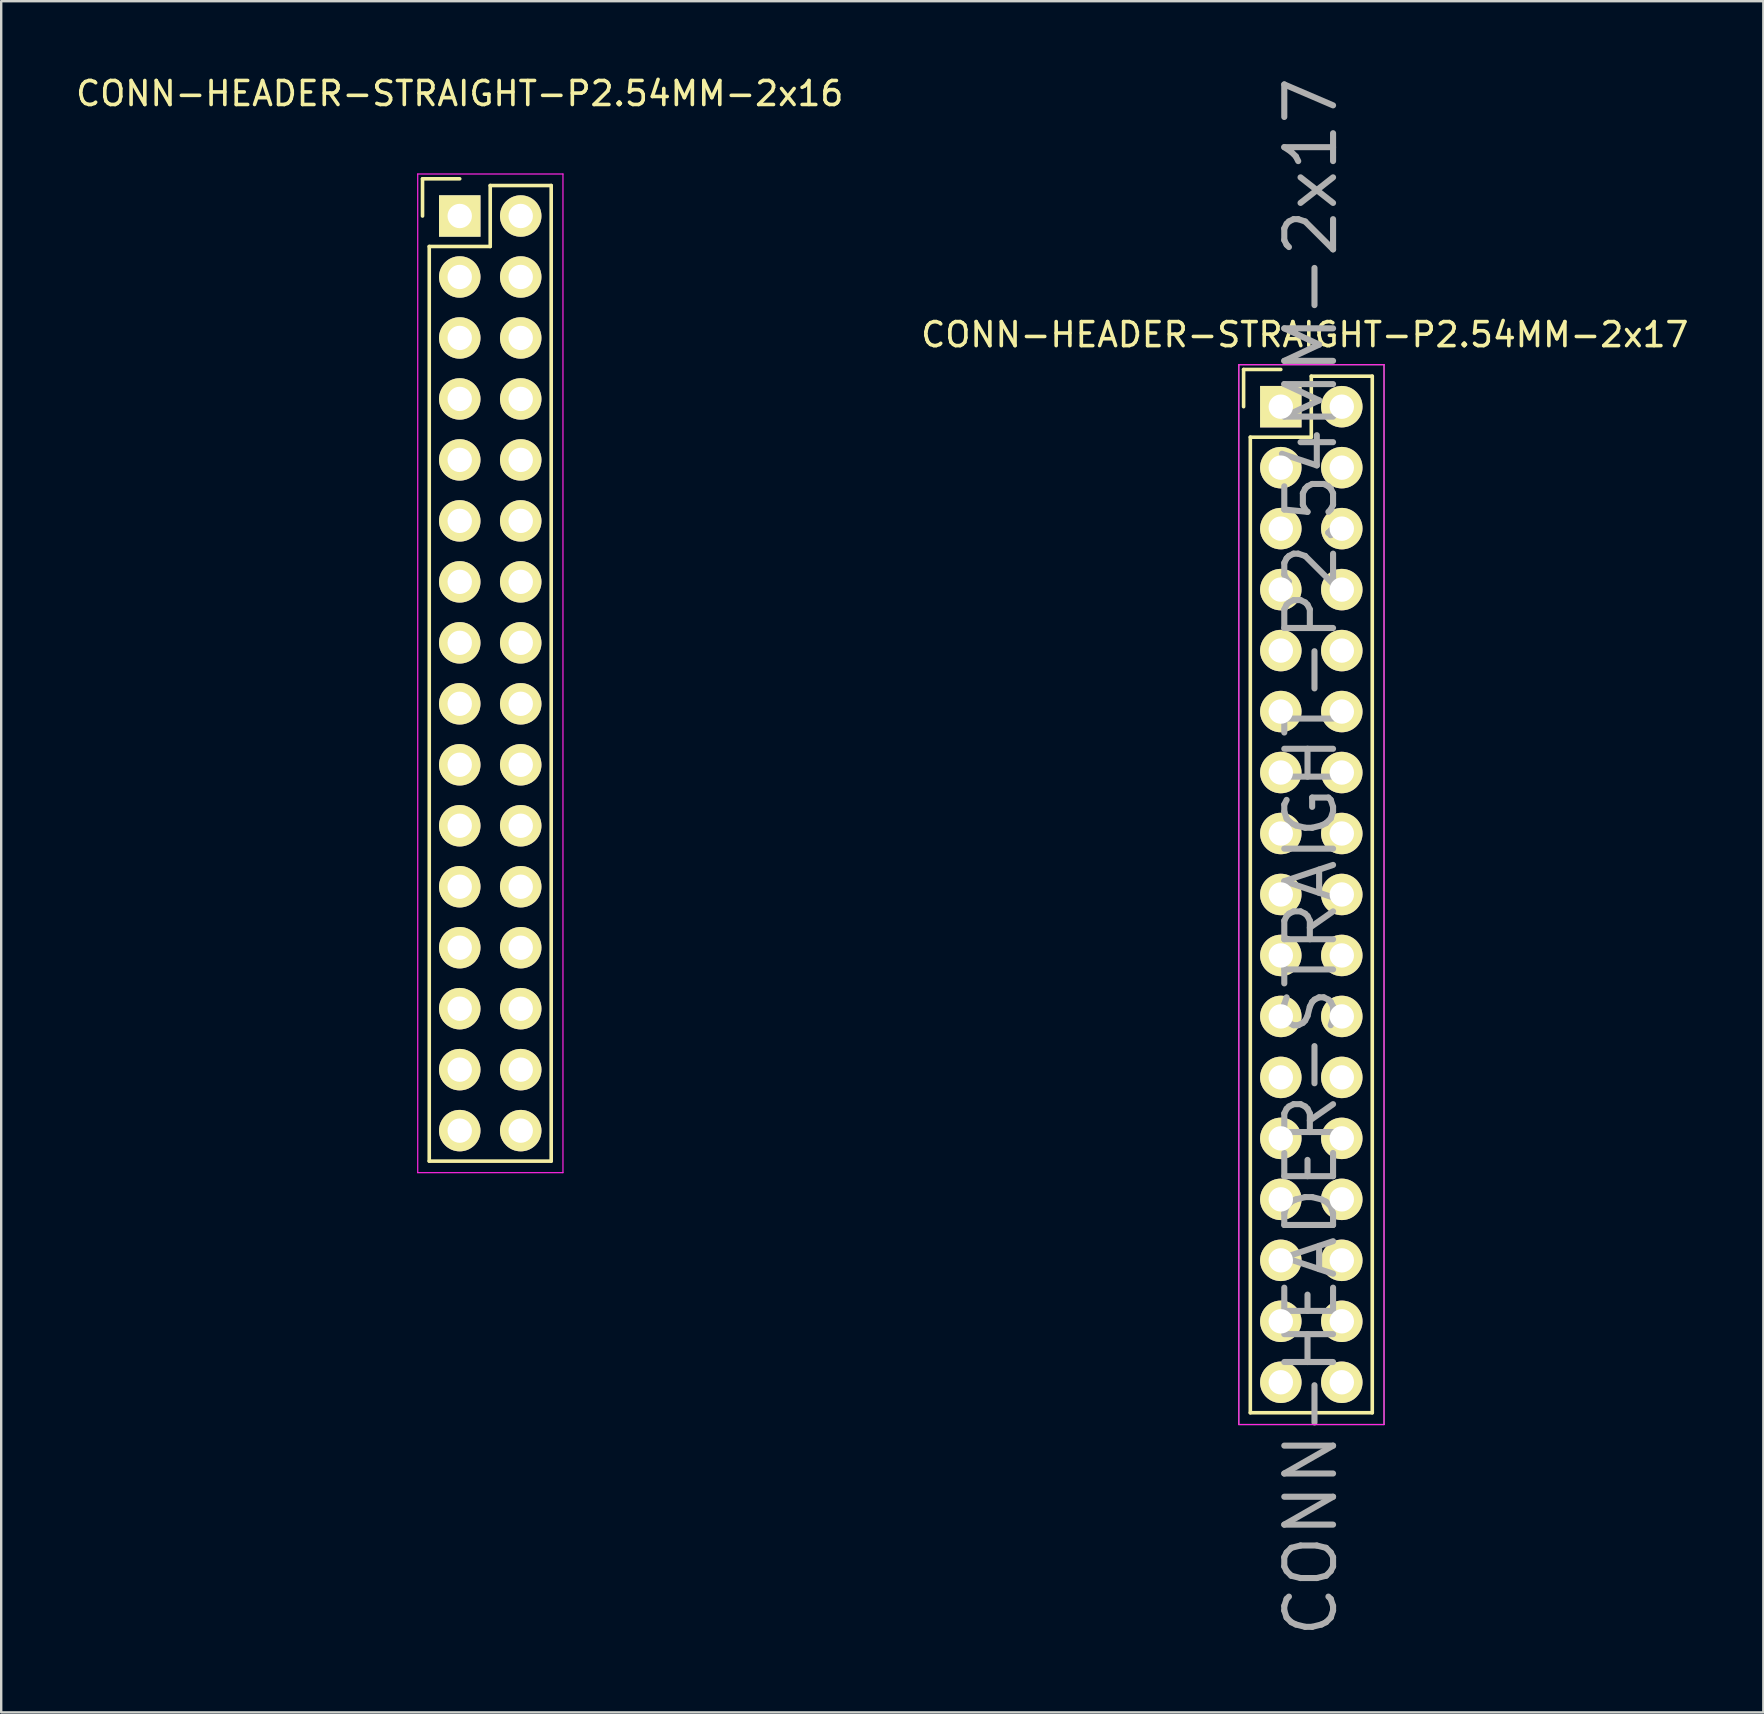
<source format=kicad_pcb>
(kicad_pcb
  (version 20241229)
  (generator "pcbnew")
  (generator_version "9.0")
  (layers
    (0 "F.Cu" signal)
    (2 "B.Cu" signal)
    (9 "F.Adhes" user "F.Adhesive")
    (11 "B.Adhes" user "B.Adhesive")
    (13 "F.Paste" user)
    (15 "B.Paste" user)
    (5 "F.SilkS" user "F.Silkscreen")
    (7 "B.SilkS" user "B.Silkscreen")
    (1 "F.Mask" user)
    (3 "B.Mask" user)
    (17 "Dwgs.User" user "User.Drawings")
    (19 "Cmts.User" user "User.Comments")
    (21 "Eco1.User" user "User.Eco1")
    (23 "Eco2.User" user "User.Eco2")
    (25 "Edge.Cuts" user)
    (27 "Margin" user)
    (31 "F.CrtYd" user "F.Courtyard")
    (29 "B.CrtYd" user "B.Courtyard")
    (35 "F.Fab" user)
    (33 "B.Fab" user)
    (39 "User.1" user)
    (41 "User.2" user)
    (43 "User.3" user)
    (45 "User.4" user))
  (footprint "CONN-HEADER-STRAIGHT-P2.54MM-2x16"
    (layer "F.Cu")
    (at 16.101 5.948)
    (property "Reference" "CONN-HEADER-STRAIGHT-P2.54MM-2x16" (at 0 -5.1 0) (layer "F.SilkS") (effects (font (size 1 1) (thickness 0.15))))
    (attr through_hole)
    (fp_line (start -1.55 -1.55) (end -1.55 0) (stroke (width 0.15) (type solid)) (layer "F.SilkS"))
    (fp_line (start -1.27 1.27) (end -1.27 39.37) (stroke (width 0.15) (type solid)) (layer "F.SilkS"))
    (fp_line (start 0 -1.55) (end -1.55 -1.55) (stroke (width 0.15) (type solid)) (layer "F.SilkS"))
    (fp_line (start 1.27 -1.27) (end 1.27 1.27) (stroke (width 0.15) (type solid)) (layer "F.SilkS"))
    (fp_line (start 1.27 1.27) (end -1.27 1.27) (stroke (width 0.15) (type solid)) (layer "F.SilkS"))
    (fp_line (start 3.81 -1.27) (end 1.27 -1.27) (stroke (width 0.15) (type solid)) (layer "F.SilkS"))
    (fp_line (start 3.81 39.37) (end -1.27 39.37) (stroke (width 0.15) (type solid)) (layer "F.SilkS"))
    (fp_line (start 3.81 39.37) (end 3.81 -1.27) (stroke (width 0.15) (type solid)) (layer "F.SilkS"))
    (fp_line (start -1.75 -1.75) (end -1.75 39.85) (stroke (width 0.05) (type solid)) (layer "F.CrtYd"))
    (fp_line (start -1.75 -1.75) (end 4.3 -1.75) (stroke (width 0.05) (type solid)) (layer "F.CrtYd"))
    (fp_line (start -1.75 39.85) (end 4.3 39.85) (stroke (width 0.05) (type solid)) (layer "F.CrtYd"))
    (fp_line (start 4.3 -1.75) (end 4.3 39.85) (stroke (width 0.05) (type solid)) (layer "F.CrtYd"))
    (pad "1" thru_hole rect (at 0 0) (size 1.727 1.727) (drill 1.016) (layers "*.Cu" "*.Mask" "F.SilkS"))
    (pad "2" thru_hole oval (at 2.54 0) (size 1.727 1.727) (drill 1.016) (layers "*.Cu" "*.Mask" "F.SilkS"))
    (pad "3" thru_hole oval (at 0 2.54) (size 1.727 1.727) (drill 1.016) (layers "*.Cu" "*.Mask" "F.SilkS"))
    (pad "4" thru_hole oval (at 2.54 2.54) (size 1.727 1.727) (drill 1.016) (layers "*.Cu" "*.Mask" "F.SilkS"))
    (pad "5" thru_hole oval (at 0 5.08) (size 1.727 1.727) (drill 1.016) (layers "*.Cu" "*.Mask" "F.SilkS"))
    (pad "6" thru_hole oval (at 2.54 5.08) (size 1.727 1.727) (drill 1.016) (layers "*.Cu" "*.Mask" "F.SilkS"))
    (pad "7" thru_hole oval (at 0 7.62) (size 1.727 1.727) (drill 1.016) (layers "*.Cu" "*.Mask" "F.SilkS"))
    (pad "8" thru_hole oval (at 2.54 7.62) (size 1.727 1.727) (drill 1.016) (layers "*.Cu" "*.Mask" "F.SilkS"))
    (pad "9" thru_hole oval (at 0 10.16) (size 1.727 1.727) (drill 1.016) (layers "*.Cu" "*.Mask" "F.SilkS"))
    (pad "10" thru_hole oval (at 2.54 10.16) (size 1.727 1.727) (drill 1.016) (layers "*.Cu" "*.Mask" "F.SilkS"))
    (pad "11" thru_hole oval (at 0 12.7) (size 1.727 1.727) (drill 1.016) (layers "*.Cu" "*.Mask" "F.SilkS"))
    (pad "12" thru_hole oval (at 2.54 12.7) (size 1.727 1.727) (drill 1.016) (layers "*.Cu" "*.Mask" "F.SilkS"))
    (pad "13" thru_hole oval (at 0 15.24) (size 1.727 1.727) (drill 1.016) (layers "*.Cu" "*.Mask" "F.SilkS"))
    (pad "14" thru_hole oval (at 2.54 15.24) (size 1.727 1.727) (drill 1.016) (layers "*.Cu" "*.Mask" "F.SilkS"))
    (pad "15" thru_hole oval (at 0 17.78) (size 1.727 1.727) (drill 1.016) (layers "*.Cu" "*.Mask" "F.SilkS"))
    (pad "16" thru_hole oval (at 2.54 17.78) (size 1.727 1.727) (drill 1.016) (layers "*.Cu" "*.Mask" "F.SilkS"))
    (pad "17" thru_hole oval (at 0 20.32) (size 1.727 1.727) (drill 1.016) (layers "*.Cu" "*.Mask" "F.SilkS"))
    (pad "18" thru_hole oval (at 2.54 20.32) (size 1.727 1.727) (drill 1.016) (layers "*.Cu" "*.Mask" "F.SilkS"))
    (pad "19" thru_hole oval (at 0 22.86) (size 1.727 1.727) (drill 1.016) (layers "*.Cu" "*.Mask" "F.SilkS"))
    (pad "20" thru_hole oval (at 2.54 22.86) (size 1.727 1.727) (drill 1.016) (layers "*.Cu" "*.Mask" "F.SilkS"))
    (pad "21" thru_hole oval (at 0 25.4) (size 1.727 1.727) (drill 1.016) (layers "*.Cu" "*.Mask" "F.SilkS"))
    (pad "22" thru_hole oval (at 2.54 25.4) (size 1.727 1.727) (drill 1.016) (layers "*.Cu" "*.Mask" "F.SilkS"))
    (pad "23" thru_hole oval (at 0 27.94) (size 1.727 1.727) (drill 1.016) (layers "*.Cu" "*.Mask" "F.SilkS"))
    (pad "24" thru_hole oval (at 2.54 27.94) (size 1.727 1.727) (drill 1.016) (layers "*.Cu" "*.Mask" "F.SilkS"))
    (pad "25" thru_hole oval (at 0 30.48) (size 1.727 1.727) (drill 1.016) (layers "*.Cu" "*.Mask" "F.SilkS"))
    (pad "26" thru_hole oval (at 2.54 30.48) (size 1.727 1.727) (drill 1.016) (layers "*.Cu" "*.Mask" "F.SilkS"))
    (pad "27" thru_hole oval (at 0 33.02) (size 1.727 1.727) (drill 1.016) (layers "*.Cu" "*.Mask" "F.SilkS"))
    (pad "28" thru_hole oval (at 2.54 33.02) (size 1.727 1.727) (drill 1.016) (layers "*.Cu" "*.Mask" "F.SilkS"))
    (pad "29" thru_hole oval (at 0 35.56) (size 1.727 1.727) (drill 1.016) (layers "*.Cu" "*.Mask" "F.SilkS"))
    (pad "30" thru_hole oval (at 2.54 35.56) (size 1.727 1.727) (drill 1.016) (layers "*.Cu" "*.Mask" "F.SilkS"))
    (pad "31" thru_hole oval (at 0 38.1) (size 1.727 1.727) (drill 1.016) (layers "*.Cu" "*.Mask" "F.SilkS"))
    (pad "32" thru_hole oval (at 2.54 38.1) (size 1.727 1.727) (drill 1.016) (layers "*.Cu" "*.Mask" "F.SilkS")))
  (footprint "CONN-HEADER-STRAIGHT-P2.54MM-2x17"
    (layer "F.Cu")
    (at 50.304 13.891)
    (property "Reference" "CONN-HEADER-STRAIGHT-P2.54MM-2x17" (at 1.25 18.75 90) (layer "F.Fab") (effects (font (size 2.032 2.032) (thickness 0.254))))
    (attr through_hole)
    (fp_line (start -1.55 -1.55) (end -1.55 0) (stroke (width 0.15) (type solid)) (layer "F.SilkS"))
    (fp_line (start -1.27 1.27) (end -1.27 41.91) (stroke (width 0.15) (type solid)) (layer "F.SilkS"))
    (fp_line (start 0 -1.55) (end -1.55 -1.55) (stroke (width 0.15) (type solid)) (layer "F.SilkS"))
    (fp_line (start 1.27 -1.27) (end 1.27 1.27) (stroke (width 0.15) (type solid)) (layer "F.SilkS"))
    (fp_line (start 1.27 1.27) (end -1.27 1.27) (stroke (width 0.15) (type solid)) (layer "F.SilkS"))
    (fp_line (start 3.81 -1.27) (end 1.27 -1.27) (stroke (width 0.15) (type solid)) (layer "F.SilkS"))
    (fp_line (start 3.81 41.91) (end -1.27 41.91) (stroke (width 0.15) (type solid)) (layer "F.SilkS"))
    (fp_line (start 3.81 41.91) (end 3.81 -1.27) (stroke (width 0.15) (type solid)) (layer "F.SilkS"))
    (fp_line (start -1.75 -1.75) (end -1.75 42.4) (stroke (width 0.05) (type solid)) (layer "F.CrtYd"))
    (fp_line (start -1.75 -1.75) (end 4.3 -1.75) (stroke (width 0.05) (type solid)) (layer "F.CrtYd"))
    (fp_line (start -1.75 42.4) (end 4.3 42.4) (stroke (width 0.05) (type solid)) (layer "F.CrtYd"))
    (fp_line (start 4.3 -1.75) (end 4.3 42.4) (stroke (width 0.05) (type solid)) (layer "F.CrtYd"))
    (fp_line (start -1.75 -1.75) (end -1.75 42.4) (stroke (width 0.05) (type solid)) (layer "F.Fab"))
    (fp_line (start -1.75 -1.75) (end 4.3 -1.75) (stroke (width 0.05) (type solid)) (layer "F.Fab"))
    (fp_line (start -1.75 42.4) (end 4.3 42.4) (stroke (width 0.05) (type solid)) (layer "F.Fab"))
    (fp_line (start 4.3 -1.75) (end 4.3 42.4) (stroke (width 0.05) (type solid)) (layer "F.Fab"))
    (fp_text user "${REFERENCE}" (at 1 -3 0) (layer "F.SilkS") (effects (font (size 1 1) (thickness 0.15))))
    (pad "1" thru_hole rect (at 0 0) (size 1.727 1.727) (drill 1.016) (layers "*.Cu" "*.Mask" "F.SilkS"))
    (pad "2" thru_hole oval (at 2.54 0) (size 1.727 1.727) (drill 1.016) (layers "*.Cu" "*.Mask" "F.SilkS"))
    (pad "3" thru_hole oval (at 0 2.54) (size 1.727 1.727) (drill 1.016) (layers "*.Cu" "*.Mask" "F.SilkS"))
    (pad "4" thru_hole oval (at 2.54 2.54) (size 1.727 1.727) (drill 1.016) (layers "*.Cu" "*.Mask" "F.SilkS"))
    (pad "5" thru_hole oval (at 0 5.08) (size 1.727 1.727) (drill 1.016) (layers "*.Cu" "*.Mask" "F.SilkS"))
    (pad "6" thru_hole oval (at 2.54 5.08) (size 1.727 1.727) (drill 1.016) (layers "*.Cu" "*.Mask" "F.SilkS"))
    (pad "7" thru_hole oval (at 0 7.62) (size 1.727 1.727) (drill 1.016) (layers "*.Cu" "*.Mask" "F.SilkS"))
    (pad "8" thru_hole oval (at 2.54 7.62) (size 1.727 1.727) (drill 1.016) (layers "*.Cu" "*.Mask" "F.SilkS"))
    (pad "9" thru_hole oval (at 0 10.16) (size 1.727 1.727) (drill 1.016) (layers "*.Cu" "*.Mask" "F.SilkS"))
    (pad "10" thru_hole oval (at 2.54 10.16) (size 1.727 1.727) (drill 1.016) (layers "*.Cu" "*.Mask" "F.SilkS"))
    (pad "11" thru_hole oval (at 0 12.7) (size 1.727 1.727) (drill 1.016) (layers "*.Cu" "*.Mask" "F.SilkS"))
    (pad "12" thru_hole oval (at 2.54 12.7) (size 1.727 1.727) (drill 1.016) (layers "*.Cu" "*.Mask" "F.SilkS"))
    (pad "13" thru_hole oval (at 0 15.24) (size 1.727 1.727) (drill 1.016) (layers "*.Cu" "*.Mask" "F.SilkS"))
    (pad "14" thru_hole oval (at 2.54 15.24) (size 1.727 1.727) (drill 1.016) (layers "*.Cu" "*.Mask" "F.SilkS"))
    (pad "15" thru_hole oval (at 0 17.78) (size 1.727 1.727) (drill 1.016) (layers "*.Cu" "*.Mask" "F.SilkS"))
    (pad "16" thru_hole oval (at 2.54 17.78) (size 1.727 1.727) (drill 1.016) (layers "*.Cu" "*.Mask" "F.SilkS"))
    (pad "17" thru_hole oval (at 0 20.32) (size 1.727 1.727) (drill 1.016) (layers "*.Cu" "*.Mask" "F.SilkS"))
    (pad "18" thru_hole oval (at 2.54 20.32) (size 1.727 1.727) (drill 1.016) (layers "*.Cu" "*.Mask" "F.SilkS"))
    (pad "19" thru_hole oval (at 0 22.86) (size 1.727 1.727) (drill 1.016) (layers "*.Cu" "*.Mask" "F.SilkS"))
    (pad "20" thru_hole oval (at 2.54 22.86) (size 1.727 1.727) (drill 1.016) (layers "*.Cu" "*.Mask" "F.SilkS"))
    (pad "21" thru_hole oval (at 0 25.4) (size 1.727 1.727) (drill 1.016) (layers "*.Cu" "*.Mask" "F.SilkS"))
    (pad "22" thru_hole oval (at 2.54 25.4) (size 1.727 1.727) (drill 1.016) (layers "*.Cu" "*.Mask" "F.SilkS"))
    (pad "23" thru_hole oval (at 0 27.94) (size 1.727 1.727) (drill 1.016) (layers "*.Cu" "*.Mask" "F.SilkS"))
    (pad "24" thru_hole oval (at 2.54 27.94) (size 1.727 1.727) (drill 1.016) (layers "*.Cu" "*.Mask" "F.SilkS"))
    (pad "25" thru_hole oval (at 0 30.48) (size 1.727 1.727) (drill 1.016) (layers "*.Cu" "*.Mask" "F.SilkS"))
    (pad "26" thru_hole oval (at 2.54 30.48) (size 1.727 1.727) (drill 1.016) (layers "*.Cu" "*.Mask" "F.SilkS"))
    (pad "27" thru_hole oval (at 0 33.02) (size 1.727 1.727) (drill 1.016) (layers "*.Cu" "*.Mask" "F.SilkS"))
    (pad "28" thru_hole oval (at 2.54 33.02) (size 1.727 1.727) (drill 1.016) (layers "*.Cu" "*.Mask" "F.SilkS"))
    (pad "29" thru_hole oval (at 0 35.56) (size 1.727 1.727) (drill 1.016) (layers "*.Cu" "*.Mask" "F.SilkS"))
    (pad "30" thru_hole oval (at 2.54 35.56) (size 1.727 1.727) (drill 1.016) (layers "*.Cu" "*.Mask" "F.SilkS"))
    (pad "31" thru_hole oval (at 0 38.1) (size 1.727 1.727) (drill 1.016) (layers "*.Cu" "*.Mask" "F.SilkS"))
    (pad "32" thru_hole oval (at 2.54 38.1) (size 1.727 1.727) (drill 1.016) (layers "*.Cu" "*.Mask" "F.SilkS"))
    (pad "33" thru_hole oval (at 0 40.64) (size 1.727 1.727) (drill 1.016) (layers "*.Cu" "*.Mask" "F.SilkS"))
    (pad "34" thru_hole oval (at 2.54 40.64) (size 1.727 1.727) (drill 1.016) (layers "*.Cu" "*.Mask" "F.SilkS")))
  (gr_rect
    (start -3 -3)
    (end 70.405 68.283)
    (stroke (width 0.1) (type default))
    (fill no)
    (layer "Edge.Cuts")))
</source>
